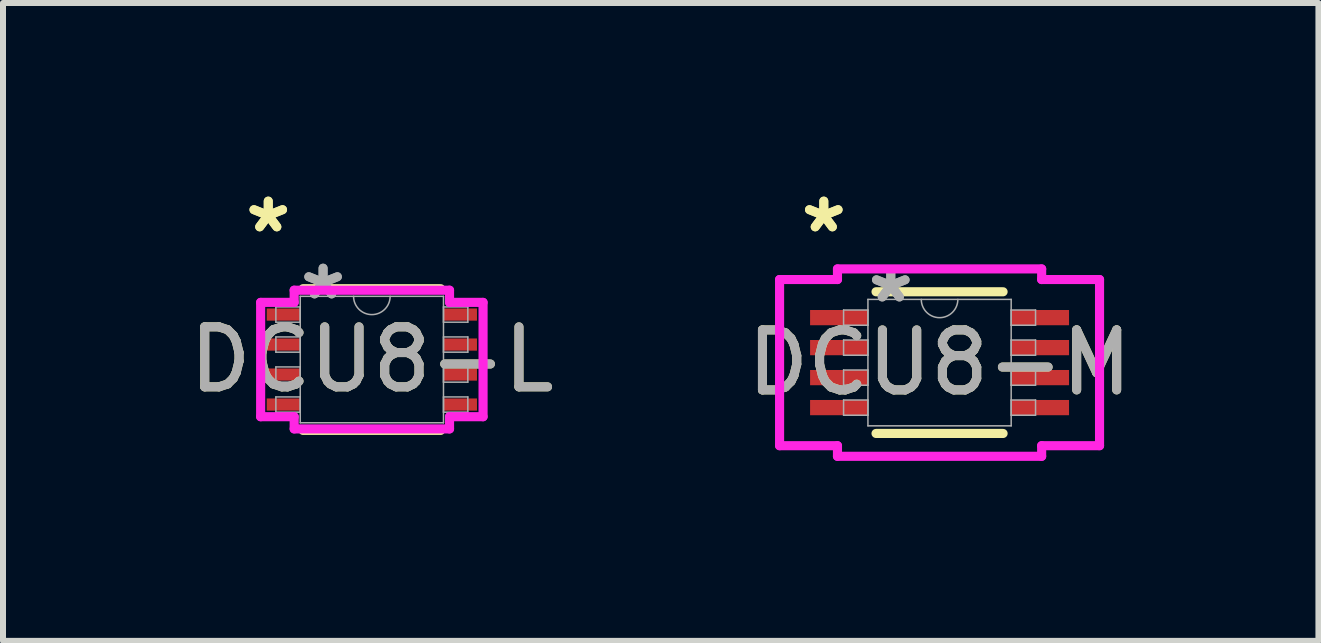
<source format=kicad_pcb>
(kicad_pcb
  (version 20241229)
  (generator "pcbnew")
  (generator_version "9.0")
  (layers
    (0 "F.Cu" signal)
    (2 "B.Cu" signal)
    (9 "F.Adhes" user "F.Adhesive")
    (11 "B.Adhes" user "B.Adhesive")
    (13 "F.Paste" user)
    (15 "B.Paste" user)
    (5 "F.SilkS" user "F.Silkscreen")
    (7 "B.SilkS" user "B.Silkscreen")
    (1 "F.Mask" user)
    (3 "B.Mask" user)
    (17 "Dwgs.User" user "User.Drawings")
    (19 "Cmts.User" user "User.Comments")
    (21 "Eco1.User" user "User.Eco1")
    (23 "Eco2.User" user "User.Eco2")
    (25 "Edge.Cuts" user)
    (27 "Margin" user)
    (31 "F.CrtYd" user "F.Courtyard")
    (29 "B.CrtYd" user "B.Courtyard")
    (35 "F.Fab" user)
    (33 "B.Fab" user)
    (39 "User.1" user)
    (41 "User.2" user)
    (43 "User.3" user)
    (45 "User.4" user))
  (footprint "DCU8-L"
    (layer "F.Cu")
    (at 3.149 2.944)
    (property "Reference" "DCU8-L" (at 0 0 0) (unlocked yes) (layer "F.SilkS") (effects (font (size 1 1) (thickness 0.15))))
    (attr smd)
    (fp_line (start -1.147 1.181) (end 1.147 1.181) (stroke (width 0.152) (type solid)) (layer "F.SilkS"))
    (fp_line (start 1.147 -1.181) (end -1.147 -1.181) (stroke (width 0.152) (type solid)) (layer "F.SilkS"))
    (fp_line (start -1.854 -0.953) (end -1.295 -0.953) (stroke (width 0.152) (type solid)) (layer "F.CrtYd"))
    (fp_line (start -1.854 0.953) (end -1.854 -0.953) (stroke (width 0.152) (type solid)) (layer "F.CrtYd"))
    (fp_line (start -1.854 0.953) (end -1.295 0.953) (stroke (width 0.152) (type solid)) (layer "F.CrtYd"))
    (fp_line (start -1.295 -1.156) (end 1.295 -1.156) (stroke (width 0.152) (type solid)) (layer "F.CrtYd"))
    (fp_line (start -1.295 -0.953) (end -1.295 -1.156) (stroke (width 0.152) (type solid)) (layer "F.CrtYd"))
    (fp_line (start -1.295 1.156) (end -1.295 0.953) (stroke (width 0.152) (type solid)) (layer "F.CrtYd"))
    (fp_line (start 1.295 -1.156) (end 1.295 -0.953) (stroke (width 0.152) (type solid)) (layer "F.CrtYd"))
    (fp_line (start 1.295 0.953) (end 1.295 1.156) (stroke (width 0.152) (type solid)) (layer "F.CrtYd"))
    (fp_line (start 1.295 1.156) (end -1.295 1.156) (stroke (width 0.152) (type solid)) (layer "F.CrtYd"))
    (fp_line (start 1.854 -0.953) (end 1.295 -0.953) (stroke (width 0.152) (type solid)) (layer "F.CrtYd"))
    (fp_line (start 1.854 -0.953) (end 1.854 0.953) (stroke (width 0.152) (type solid)) (layer "F.CrtYd"))
    (fp_line (start 1.854 0.953) (end 1.295 0.953) (stroke (width 0.152) (type solid)) (layer "F.CrtYd"))
    (fp_line (start -1.6 -0.877) (end -1.6 -0.623) (stroke (width 0.025) (type solid)) (layer "F.Fab"))
    (fp_line (start -1.6 -0.623) (end -1.194 -0.623) (stroke (width 0.025) (type solid)) (layer "F.Fab"))
    (fp_line (start -1.6 -0.377) (end -1.6 -0.123) (stroke (width 0.025) (type solid)) (layer "F.Fab"))
    (fp_line (start -1.6 -0.123) (end -1.194 -0.123) (stroke (width 0.025) (type solid)) (layer "F.Fab"))
    (fp_line (start -1.6 0.123) (end -1.6 0.377) (stroke (width 0.025) (type solid)) (layer "F.Fab"))
    (fp_line (start -1.6 0.377) (end -1.194 0.377) (stroke (width 0.025) (type solid)) (layer "F.Fab"))
    (fp_line (start -1.6 0.623) (end -1.6 0.877) (stroke (width 0.025) (type solid)) (layer "F.Fab"))
    (fp_line (start -1.6 0.877) (end -1.194 0.877) (stroke (width 0.025) (type solid)) (layer "F.Fab"))
    (fp_line (start -1.194 -1.054) (end -1.194 1.054) (stroke (width 0.025) (type solid)) (layer "F.Fab"))
    (fp_line (start -1.194 -0.877) (end -1.6 -0.877) (stroke (width 0.025) (type solid)) (layer "F.Fab"))
    (fp_line (start -1.194 -0.623) (end -1.194 -0.877) (stroke (width 0.025) (type solid)) (layer "F.Fab"))
    (fp_line (start -1.194 -0.377) (end -1.6 -0.377) (stroke (width 0.025) (type solid)) (layer "F.Fab"))
    (fp_line (start -1.194 -0.123) (end -1.194 -0.377) (stroke (width 0.025) (type solid)) (layer "F.Fab"))
    (fp_line (start -1.194 0.123) (end -1.6 0.123) (stroke (width 0.025) (type solid)) (layer "F.Fab"))
    (fp_line (start -1.194 0.377) (end -1.194 0.123) (stroke (width 0.025) (type solid)) (layer "F.Fab"))
    (fp_line (start -1.194 0.623) (end -1.6 0.623) (stroke (width 0.025) (type solid)) (layer "F.Fab"))
    (fp_line (start -1.194 0.877) (end -1.194 0.623) (stroke (width 0.025) (type solid)) (layer "F.Fab"))
    (fp_line (start -1.194 1.054) (end 1.194 1.054) (stroke (width 0.025) (type solid)) (layer "F.Fab"))
    (fp_line (start 1.194 -1.054) (end -1.194 -1.054) (stroke (width 0.025) (type solid)) (layer "F.Fab"))
    (fp_line (start 1.194 -0.877) (end 1.194 -0.623) (stroke (width 0.025) (type solid)) (layer "F.Fab"))
    (fp_line (start 1.194 -0.623) (end 1.6 -0.623) (stroke (width 0.025) (type solid)) (layer "F.Fab"))
    (fp_line (start 1.194 -0.377) (end 1.194 -0.123) (stroke (width 0.025) (type solid)) (layer "F.Fab"))
    (fp_line (start 1.194 -0.123) (end 1.6 -0.123) (stroke (width 0.025) (type solid)) (layer "F.Fab"))
    (fp_line (start 1.194 0.123) (end 1.194 0.377) (stroke (width 0.025) (type solid)) (layer "F.Fab"))
    (fp_line (start 1.194 0.377) (end 1.6 0.377) (stroke (width 0.025) (type solid)) (layer "F.Fab"))
    (fp_line (start 1.194 0.623) (end 1.194 0.877) (stroke (width 0.025) (type solid)) (layer "F.Fab"))
    (fp_line (start 1.194 0.877) (end 1.6 0.877) (stroke (width 0.025) (type solid)) (layer "F.Fab"))
    (fp_line (start 1.194 1.054) (end 1.194 -1.054) (stroke (width 0.025) (type solid)) (layer "F.Fab"))
    (fp_line (start 1.6 -0.877) (end 1.194 -0.877) (stroke (width 0.025) (type solid)) (layer "F.Fab"))
    (fp_line (start 1.6 -0.623) (end 1.6 -0.877) (stroke (width 0.025) (type solid)) (layer "F.Fab"))
    (fp_line (start 1.6 -0.377) (end 1.194 -0.377) (stroke (width 0.025) (type solid)) (layer "F.Fab"))
    (fp_line (start 1.6 -0.123) (end 1.6 -0.377) (stroke (width 0.025) (type solid)) (layer "F.Fab"))
    (fp_line (start 1.6 0.123) (end 1.194 0.123) (stroke (width 0.025) (type solid)) (layer "F.Fab"))
    (fp_line (start 1.6 0.377) (end 1.6 0.123) (stroke (width 0.025) (type solid)) (layer "F.Fab"))
    (fp_line (start 1.6 0.623) (end 1.194 0.623) (stroke (width 0.025) (type solid)) (layer "F.Fab"))
    (fp_line (start 1.6 0.877) (end 1.6 0.623) (stroke (width 0.025) (type solid)) (layer "F.Fab"))
    (fp_arc (start 0.3048 -1.0541) (mid 0 -0.7493) (end -0.3048 -1.0541) (stroke (width 0.0254) (type solid)) (layer "F.Fab"))
    (fp_text user "*" (at -1.727 -2.096 0) (layer "F.SilkS") (effects (font (size 1 1) (thickness 0.15))))
    (fp_text user "*" (at -1.727 -2.096 0) (unlocked yes) (layer "F.SilkS") (effects (font (size 1 1) (thickness 0.15))))
    (fp_text user "*" (at -0.813 -0.978 0) (layer "F.Fab") (effects (font (size 1 1) (thickness 0.15))))
    (fp_text user "${REFERENCE}" (at 0 0 0) (unlocked yes) (layer "F.Fab") (effects (font (size 1 1) (thickness 0.15))))
    (fp_text user "*" (at -0.813 -0.978 0) (unlocked yes) (layer "F.Fab") (effects (font (size 1 1) (thickness 0.15))))
    (pad "1" smd rect (at -1.473 -0.75) (size 0.559 0.203) (layers "F.Cu" "F.Mask" "F.Paste"))
    (pad "2" smd rect (at -1.473 -0.25) (size 0.559 0.203) (layers "F.Cu" "F.Mask" "F.Paste"))
    (pad "3" smd rect (at -1.473 0.25) (size 0.559 0.203) (layers "F.Cu" "F.Mask" "F.Paste"))
    (pad "4" smd rect (at -1.473 0.75) (size 0.559 0.203) (layers "F.Cu" "F.Mask" "F.Paste"))
    (pad "5" smd rect (at 1.473 0.75) (size 0.559 0.203) (layers "F.Cu" "F.Mask" "F.Paste"))
    (pad "6" smd rect (at 1.473 0.25) (size 0.559 0.203) (layers "F.Cu" "F.Mask" "F.Paste"))
    (pad "7" smd rect (at 1.473 -0.25) (size 0.559 0.203) (layers "F.Cu" "F.Mask" "F.Paste"))
    (pad "8" smd rect (at 1.473 -0.75) (size 0.559 0.203) (layers "F.Cu" "F.Mask" "F.Paste")))
  (footprint "DCU8-M"
    (layer "F.Cu")
    (at 12.613 2.995)
    (property "Reference" "DCU8-M" (at 0 0 0) (unlocked yes) (layer "F.SilkS") (effects (font (size 1 1) (thickness 0.15))))
    (attr smd)
    (fp_line (start -1.059 1.181) (end 1.059 1.181) (stroke (width 0.152) (type solid)) (layer "F.SilkS"))
    (fp_line (start 1.059 -1.181) (end -1.059 -1.181) (stroke (width 0.152) (type solid)) (layer "F.SilkS"))
    (fp_line (start -2.667 -1.385) (end -1.702 -1.385) (stroke (width 0.152) (type solid)) (layer "F.CrtYd"))
    (fp_line (start -2.667 1.385) (end -2.667 -1.385) (stroke (width 0.152) (type solid)) (layer "F.CrtYd"))
    (fp_line (start -2.667 1.385) (end -1.702 1.385) (stroke (width 0.152) (type solid)) (layer "F.CrtYd"))
    (fp_line (start -1.702 -1.562) (end 1.702 -1.562) (stroke (width 0.152) (type solid)) (layer "F.CrtYd"))
    (fp_line (start -1.702 -1.385) (end -1.702 -1.562) (stroke (width 0.152) (type solid)) (layer "F.CrtYd"))
    (fp_line (start -1.702 1.562) (end -1.702 1.385) (stroke (width 0.152) (type solid)) (layer "F.CrtYd"))
    (fp_line (start 1.702 -1.562) (end 1.702 -1.385) (stroke (width 0.152) (type solid)) (layer "F.CrtYd"))
    (fp_line (start 1.702 1.385) (end 1.702 1.562) (stroke (width 0.152) (type solid)) (layer "F.CrtYd"))
    (fp_line (start 1.702 1.562) (end -1.702 1.562) (stroke (width 0.152) (type solid)) (layer "F.CrtYd"))
    (fp_line (start 2.667 -1.385) (end 1.702 -1.385) (stroke (width 0.152) (type solid)) (layer "F.CrtYd"))
    (fp_line (start 2.667 -1.385) (end 2.667 1.385) (stroke (width 0.152) (type solid)) (layer "F.CrtYd"))
    (fp_line (start 2.667 1.385) (end 1.702 1.385) (stroke (width 0.152) (type solid)) (layer "F.CrtYd"))
    (fp_line (start -1.6 -0.877) (end -1.6 -0.623) (stroke (width 0.025) (type solid)) (layer "F.Fab"))
    (fp_line (start -1.6 -0.623) (end -1.194 -0.623) (stroke (width 0.025) (type solid)) (layer "F.Fab"))
    (fp_line (start -1.6 -0.377) (end -1.6 -0.123) (stroke (width 0.025) (type solid)) (layer "F.Fab"))
    (fp_line (start -1.6 -0.123) (end -1.194 -0.123) (stroke (width 0.025) (type solid)) (layer "F.Fab"))
    (fp_line (start -1.6 0.123) (end -1.6 0.377) (stroke (width 0.025) (type solid)) (layer "F.Fab"))
    (fp_line (start -1.6 0.377) (end -1.194 0.377) (stroke (width 0.025) (type solid)) (layer "F.Fab"))
    (fp_line (start -1.6 0.623) (end -1.6 0.877) (stroke (width 0.025) (type solid)) (layer "F.Fab"))
    (fp_line (start -1.6 0.877) (end -1.194 0.877) (stroke (width 0.025) (type solid)) (layer "F.Fab"))
    (fp_line (start -1.194 -1.054) (end -1.194 1.054) (stroke (width 0.025) (type solid)) (layer "F.Fab"))
    (fp_line (start -1.194 -0.877) (end -1.6 -0.877) (stroke (width 0.025) (type solid)) (layer "F.Fab"))
    (fp_line (start -1.194 -0.623) (end -1.194 -0.877) (stroke (width 0.025) (type solid)) (layer "F.Fab"))
    (fp_line (start -1.194 -0.377) (end -1.6 -0.377) (stroke (width 0.025) (type solid)) (layer "F.Fab"))
    (fp_line (start -1.194 -0.123) (end -1.194 -0.377) (stroke (width 0.025) (type solid)) (layer "F.Fab"))
    (fp_line (start -1.194 0.123) (end -1.6 0.123) (stroke (width 0.025) (type solid)) (layer "F.Fab"))
    (fp_line (start -1.194 0.377) (end -1.194 0.123) (stroke (width 0.025) (type solid)) (layer "F.Fab"))
    (fp_line (start -1.194 0.623) (end -1.6 0.623) (stroke (width 0.025) (type solid)) (layer "F.Fab"))
    (fp_line (start -1.194 0.877) (end -1.194 0.623) (stroke (width 0.025) (type solid)) (layer "F.Fab"))
    (fp_line (start -1.194 1.054) (end 1.194 1.054) (stroke (width 0.025) (type solid)) (layer "F.Fab"))
    (fp_line (start 1.194 -1.054) (end -1.194 -1.054) (stroke (width 0.025) (type solid)) (layer "F.Fab"))
    (fp_line (start 1.194 -0.877) (end 1.194 -0.623) (stroke (width 0.025) (type solid)) (layer "F.Fab"))
    (fp_line (start 1.194 -0.623) (end 1.6 -0.623) (stroke (width 0.025) (type solid)) (layer "F.Fab"))
    (fp_line (start 1.194 -0.377) (end 1.194 -0.123) (stroke (width 0.025) (type solid)) (layer "F.Fab"))
    (fp_line (start 1.194 -0.123) (end 1.6 -0.123) (stroke (width 0.025) (type solid)) (layer "F.Fab"))
    (fp_line (start 1.194 0.123) (end 1.194 0.377) (stroke (width 0.025) (type solid)) (layer "F.Fab"))
    (fp_line (start 1.194 0.377) (end 1.6 0.377) (stroke (width 0.025) (type solid)) (layer "F.Fab"))
    (fp_line (start 1.194 0.623) (end 1.194 0.877) (stroke (width 0.025) (type solid)) (layer "F.Fab"))
    (fp_line (start 1.194 0.877) (end 1.6 0.877) (stroke (width 0.025) (type solid)) (layer "F.Fab"))
    (fp_line (start 1.194 1.054) (end 1.194 -1.054) (stroke (width 0.025) (type solid)) (layer "F.Fab"))
    (fp_line (start 1.6 -0.877) (end 1.194 -0.877) (stroke (width 0.025) (type solid)) (layer "F.Fab"))
    (fp_line (start 1.6 -0.623) (end 1.6 -0.877) (stroke (width 0.025) (type solid)) (layer "F.Fab"))
    (fp_line (start 1.6 -0.377) (end 1.194 -0.377) (stroke (width 0.025) (type solid)) (layer "F.Fab"))
    (fp_line (start 1.6 -0.123) (end 1.6 -0.377) (stroke (width 0.025) (type solid)) (layer "F.Fab"))
    (fp_line (start 1.6 0.123) (end 1.194 0.123) (stroke (width 0.025) (type solid)) (layer "F.Fab"))
    (fp_line (start 1.6 0.377) (end 1.6 0.123) (stroke (width 0.025) (type solid)) (layer "F.Fab"))
    (fp_line (start 1.6 0.623) (end 1.194 0.623) (stroke (width 0.025) (type solid)) (layer "F.Fab"))
    (fp_line (start 1.6 0.877) (end 1.6 0.623) (stroke (width 0.025) (type solid)) (layer "F.Fab"))
    (fp_arc (start 0.3048 -1.0541) (mid 0 -0.7493) (end -0.3048 -1.0541) (stroke (width 0.0254) (type solid)) (layer "F.Fab"))
    (fp_text user "*" (at -1.93 -2.147 0) (layer "F.SilkS") (effects (font (size 1 1) (thickness 0.15))))
    (fp_text user "*" (at -1.93 -2.147 0) (unlocked yes) (layer "F.SilkS") (effects (font (size 1 1) (thickness 0.15))))
    (fp_text user "*" (at -0.813 -0.978 0) (unlocked yes) (layer "F.Fab") (effects (font (size 1 1) (thickness 0.15))))
    (fp_text user "${REFERENCE}" (at 0 0 0) (unlocked yes) (layer "F.Fab") (effects (font (size 1 1) (thickness 0.15))))
    (fp_text user "*" (at -0.813 -0.978 0) (layer "F.Fab") (effects (font (size 1 1) (thickness 0.15))))
    (pad "1" smd rect (at -1.676 -0.75) (size 0.965 0.254) (layers "F.Cu" "F.Mask" "F.Paste"))
    (pad "2" smd rect (at -1.676 -0.25) (size 0.965 0.254) (layers "F.Cu" "F.Mask" "F.Paste"))
    (pad "3" smd rect (at -1.676 0.25) (size 0.965 0.254) (layers "F.Cu" "F.Mask" "F.Paste"))
    (pad "4" smd rect (at -1.676 0.75) (size 0.965 0.254) (layers "F.Cu" "F.Mask" "F.Paste"))
    (pad "5" smd rect (at 1.676 0.75) (size 0.965 0.254) (layers "F.Cu" "F.Mask" "F.Paste"))
    (pad "6" smd rect (at 1.676 0.25) (size 0.965 0.254) (layers "F.Cu" "F.Mask" "F.Paste"))
    (pad "7" smd rect (at 1.676 -0.25) (size 0.965 0.254) (layers "F.Cu" "F.Mask" "F.Paste"))
    (pad "8" smd rect (at 1.676 -0.75) (size 0.965 0.254) (layers "F.Cu" "F.Mask" "F.Paste")))
  (gr_rect
    (start -3 -3)
    (end 18.929 7.634)
    (stroke (width 0.1) (type default))
    (fill no)
    (layer "Edge.Cuts")))
</source>
